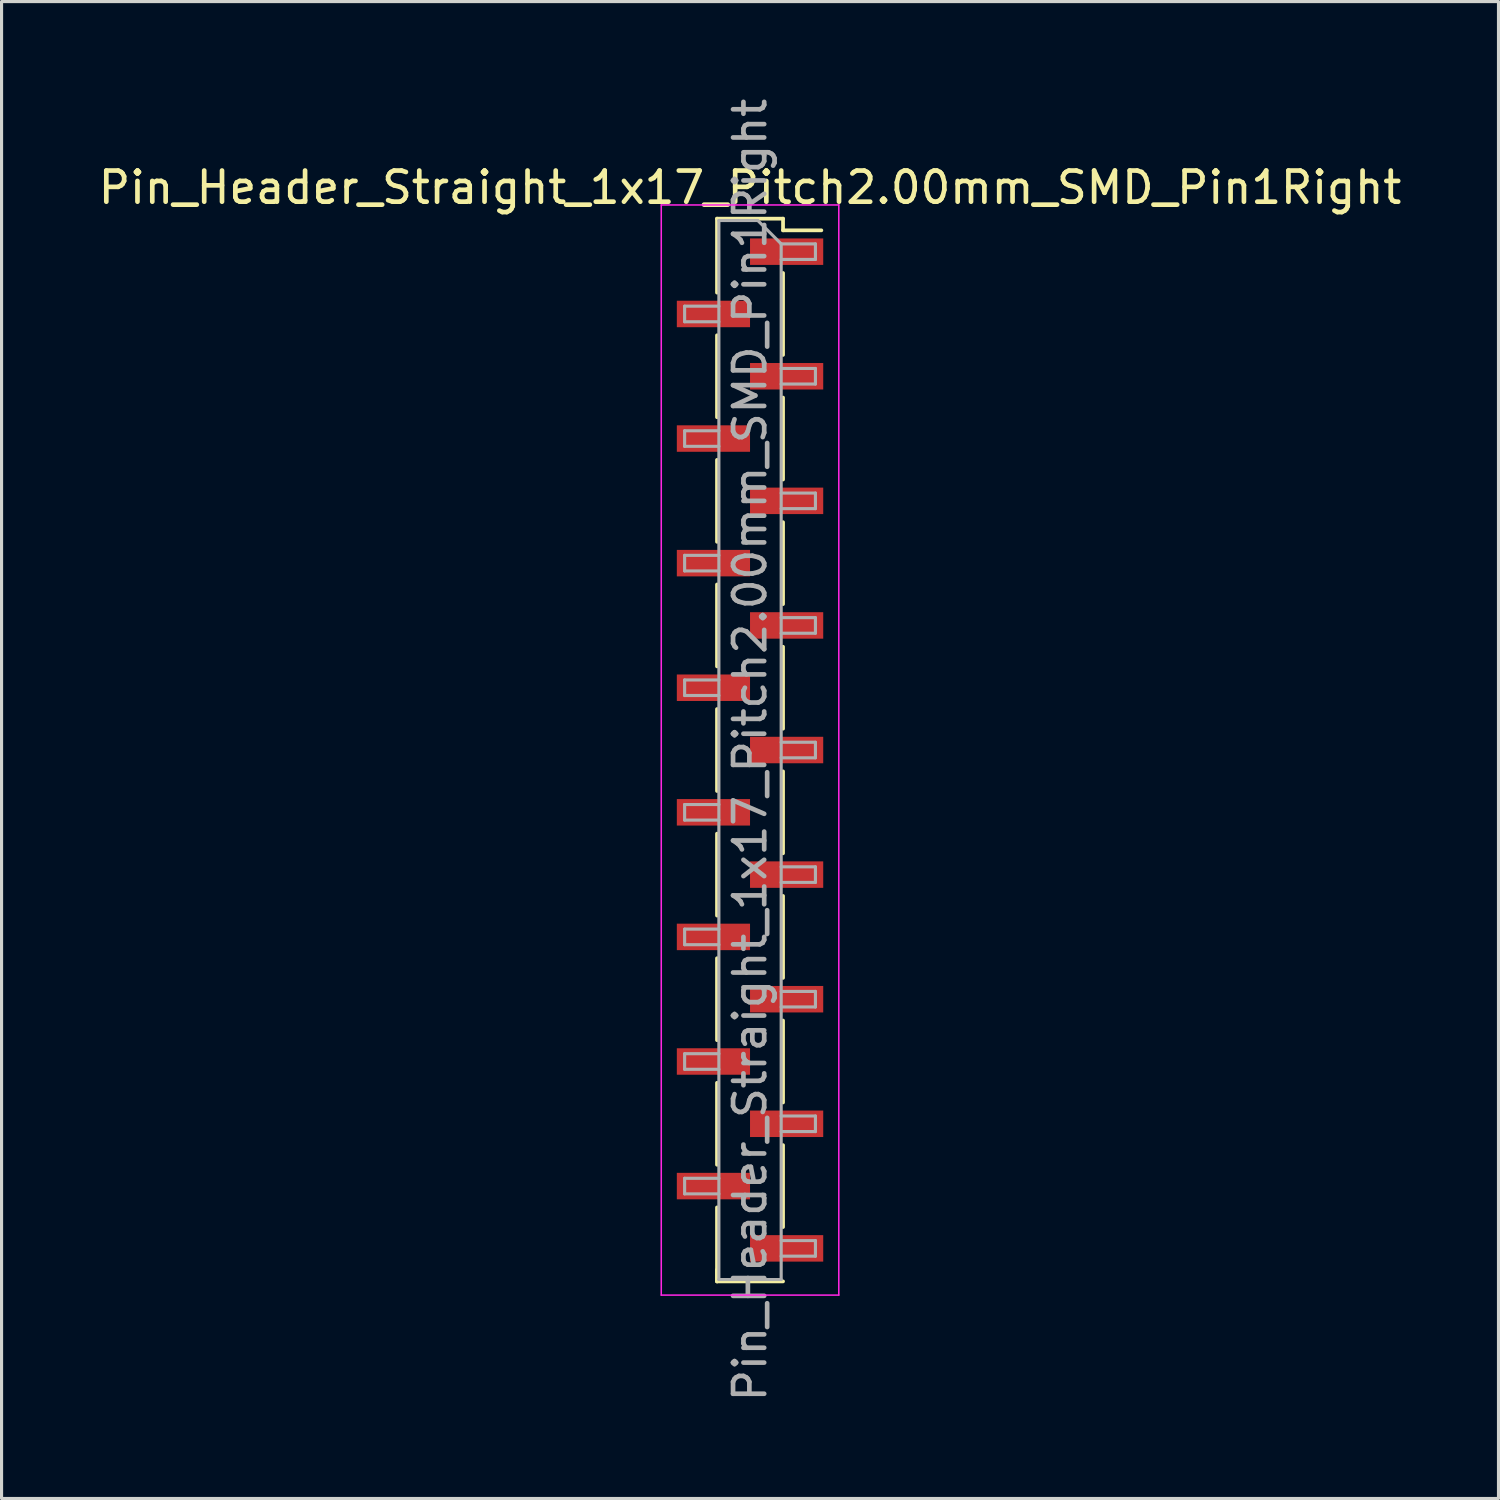
<source format=kicad_pcb>
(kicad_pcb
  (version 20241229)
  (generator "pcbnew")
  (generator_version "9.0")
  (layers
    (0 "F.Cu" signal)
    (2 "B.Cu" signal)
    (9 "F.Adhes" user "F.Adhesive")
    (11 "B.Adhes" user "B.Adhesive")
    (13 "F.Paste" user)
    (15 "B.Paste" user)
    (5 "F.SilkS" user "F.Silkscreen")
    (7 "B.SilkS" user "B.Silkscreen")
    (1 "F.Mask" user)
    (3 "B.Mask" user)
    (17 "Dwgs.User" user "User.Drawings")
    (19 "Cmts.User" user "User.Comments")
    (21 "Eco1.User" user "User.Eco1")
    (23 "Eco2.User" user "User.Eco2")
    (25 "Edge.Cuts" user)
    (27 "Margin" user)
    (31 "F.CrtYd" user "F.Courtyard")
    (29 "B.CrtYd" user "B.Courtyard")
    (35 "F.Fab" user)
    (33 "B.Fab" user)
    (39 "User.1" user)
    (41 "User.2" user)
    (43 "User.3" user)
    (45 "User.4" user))
  (footprint "Pin_Header_Straight_1x17_Pitch2.00mm_SMD_Pin1Right"
    (layer "F.Cu")
    (at 21.03 21.03)
    (property "Reference" "Pin_Header_Straight_1x17_Pitch2.00mm_SMD_Pin1Right" (at 0 -18.06 0) (layer "F.SilkS") (effects (font (size 1 1) (thickness 0.15))))
    (attr smd)
    (fp_line (start -1.06 -17.06) (end -1.06 -14.685) (stroke (width 0.12) (type solid)) (layer "F.SilkS"))
    (fp_line (start -1.06 -17.06) (end 1.06 -17.06) (stroke (width 0.12) (type solid)) (layer "F.SilkS"))
    (fp_line (start -1.06 -13.315) (end -1.06 -10.685) (stroke (width 0.12) (type solid)) (layer "F.SilkS"))
    (fp_line (start -1.06 -9.315) (end -1.06 -6.685) (stroke (width 0.12) (type solid)) (layer "F.SilkS"))
    (fp_line (start -1.06 -5.315) (end -1.06 -2.685) (stroke (width 0.12) (type solid)) (layer "F.SilkS"))
    (fp_line (start -1.06 -1.315) (end -1.06 1.315) (stroke (width 0.12) (type solid)) (layer "F.SilkS"))
    (fp_line (start -1.06 2.685) (end -1.06 5.315) (stroke (width 0.12) (type solid)) (layer "F.SilkS"))
    (fp_line (start -1.06 6.685) (end -1.06 9.315) (stroke (width 0.12) (type solid)) (layer "F.SilkS"))
    (fp_line (start -1.06 10.685) (end -1.06 13.315) (stroke (width 0.12) (type solid)) (layer "F.SilkS"))
    (fp_line (start -1.06 14.685) (end -1.06 17.06) (stroke (width 0.12) (type solid)) (layer "F.SilkS"))
    (fp_line (start -1.06 16.685) (end -1.06 17.06) (stroke (width 0.12) (type solid)) (layer "F.SilkS"))
    (fp_line (start -1.06 17.06) (end 1.06 17.06) (stroke (width 0.12) (type solid)) (layer "F.SilkS"))
    (fp_line (start 1.06 -17.06) (end 1.06 -16.685) (stroke (width 0.12) (type solid)) (layer "F.SilkS"))
    (fp_line (start 1.06 -16.685) (end 2.29 -16.685) (stroke (width 0.12) (type solid)) (layer "F.SilkS"))
    (fp_line (start 1.06 -15.315) (end 1.06 -12.685) (stroke (width 0.12) (type solid)) (layer "F.SilkS"))
    (fp_line (start 1.06 -11.315) (end 1.06 -8.685) (stroke (width 0.12) (type solid)) (layer "F.SilkS"))
    (fp_line (start 1.06 -7.315) (end 1.06 -4.685) (stroke (width 0.12) (type solid)) (layer "F.SilkS"))
    (fp_line (start 1.06 -3.315) (end 1.06 -0.685) (stroke (width 0.12) (type solid)) (layer "F.SilkS"))
    (fp_line (start 1.06 0.685) (end 1.06 3.315) (stroke (width 0.12) (type solid)) (layer "F.SilkS"))
    (fp_line (start 1.06 4.685) (end 1.06 7.315) (stroke (width 0.12) (type solid)) (layer "F.SilkS"))
    (fp_line (start 1.06 8.685) (end 1.06 11.315) (stroke (width 0.12) (type solid)) (layer "F.SilkS"))
    (fp_line (start 1.06 12.685) (end 1.06 15.315) (stroke (width 0.12) (type solid)) (layer "F.SilkS"))
    (fp_line (start -2.85 -17.5) (end -2.85 17.5) (stroke (width 0.05) (type solid)) (layer "F.CrtYd"))
    (fp_line (start -2.85 17.5) (end 2.85 17.5) (stroke (width 0.05) (type solid)) (layer "F.CrtYd"))
    (fp_line (start 2.85 -17.5) (end -2.85 -17.5) (stroke (width 0.05) (type solid)) (layer "F.CrtYd"))
    (fp_line (start 2.85 17.5) (end 2.85 -17.5) (stroke (width 0.05) (type solid)) (layer "F.CrtYd"))
    (fp_line (start -2.1 -14.25) (end -2.1 -13.75) (stroke (width 0.1) (type solid)) (layer "F.Fab"))
    (fp_line (start -2.1 -13.75) (end -1 -13.75) (stroke (width 0.1) (type solid)) (layer "F.Fab"))
    (fp_line (start -2.1 -10.25) (end -2.1 -9.75) (stroke (width 0.1) (type solid)) (layer "F.Fab"))
    (fp_line (start -2.1 -9.75) (end -1 -9.75) (stroke (width 0.1) (type solid)) (layer "F.Fab"))
    (fp_line (start -2.1 -6.25) (end -2.1 -5.75) (stroke (width 0.1) (type solid)) (layer "F.Fab"))
    (fp_line (start -2.1 -5.75) (end -1 -5.75) (stroke (width 0.1) (type solid)) (layer "F.Fab"))
    (fp_line (start -2.1 -2.25) (end -2.1 -1.75) (stroke (width 0.1) (type solid)) (layer "F.Fab"))
    (fp_line (start -2.1 -1.75) (end -1 -1.75) (stroke (width 0.1) (type solid)) (layer "F.Fab"))
    (fp_line (start -2.1 1.75) (end -2.1 2.25) (stroke (width 0.1) (type solid)) (layer "F.Fab"))
    (fp_line (start -2.1 2.25) (end -1 2.25) (stroke (width 0.1) (type solid)) (layer "F.Fab"))
    (fp_line (start -2.1 5.75) (end -2.1 6.25) (stroke (width 0.1) (type solid)) (layer "F.Fab"))
    (fp_line (start -2.1 6.25) (end -1 6.25) (stroke (width 0.1) (type solid)) (layer "F.Fab"))
    (fp_line (start -2.1 9.75) (end -2.1 10.25) (stroke (width 0.1) (type solid)) (layer "F.Fab"))
    (fp_line (start -2.1 10.25) (end -1 10.25) (stroke (width 0.1) (type solid)) (layer "F.Fab"))
    (fp_line (start -2.1 13.75) (end -2.1 14.25) (stroke (width 0.1) (type solid)) (layer "F.Fab"))
    (fp_line (start -2.1 14.25) (end -1 14.25) (stroke (width 0.1) (type solid)) (layer "F.Fab"))
    (fp_line (start -1 -17) (end -1 17) (stroke (width 0.1) (type solid)) (layer "F.Fab"))
    (fp_line (start -1 -17) (end 0.25 -17) (stroke (width 0.1) (type solid)) (layer "F.Fab"))
    (fp_line (start -1 -14.25) (end -2.1 -14.25) (stroke (width 0.1) (type solid)) (layer "F.Fab"))
    (fp_line (start -1 -10.25) (end -2.1 -10.25) (stroke (width 0.1) (type solid)) (layer "F.Fab"))
    (fp_line (start -1 -6.25) (end -2.1 -6.25) (stroke (width 0.1) (type solid)) (layer "F.Fab"))
    (fp_line (start -1 -2.25) (end -2.1 -2.25) (stroke (width 0.1) (type solid)) (layer "F.Fab"))
    (fp_line (start -1 1.75) (end -2.1 1.75) (stroke (width 0.1) (type solid)) (layer "F.Fab"))
    (fp_line (start -1 5.75) (end -2.1 5.75) (stroke (width 0.1) (type solid)) (layer "F.Fab"))
    (fp_line (start -1 9.75) (end -2.1 9.75) (stroke (width 0.1) (type solid)) (layer "F.Fab"))
    (fp_line (start -1 13.75) (end -2.1 13.75) (stroke (width 0.1) (type solid)) (layer "F.Fab"))
    (fp_line (start 1 -16.25) (end 0.25 -17) (stroke (width 0.1) (type solid)) (layer "F.Fab"))
    (fp_line (start 1 -16.25) (end 2.1 -16.25) (stroke (width 0.1) (type solid)) (layer "F.Fab"))
    (fp_line (start 1 -12.25) (end 2.1 -12.25) (stroke (width 0.1) (type solid)) (layer "F.Fab"))
    (fp_line (start 1 -8.25) (end 2.1 -8.25) (stroke (width 0.1) (type solid)) (layer "F.Fab"))
    (fp_line (start 1 -4.25) (end 2.1 -4.25) (stroke (width 0.1) (type solid)) (layer "F.Fab"))
    (fp_line (start 1 -0.25) (end 2.1 -0.25) (stroke (width 0.1) (type solid)) (layer "F.Fab"))
    (fp_line (start 1 3.75) (end 2.1 3.75) (stroke (width 0.1) (type solid)) (layer "F.Fab"))
    (fp_line (start 1 7.75) (end 2.1 7.75) (stroke (width 0.1) (type solid)) (layer "F.Fab"))
    (fp_line (start 1 11.75) (end 2.1 11.75) (stroke (width 0.1) (type solid)) (layer "F.Fab"))
    (fp_line (start 1 15.75) (end 2.1 15.75) (stroke (width 0.1) (type solid)) (layer "F.Fab"))
    (fp_line (start 1 17) (end -1 17) (stroke (width 0.1) (type solid)) (layer "F.Fab"))
    (fp_line (start 1 17) (end 1 -16.25) (stroke (width 0.1) (type solid)) (layer "F.Fab"))
    (fp_line (start 2.1 -16.25) (end 2.1 -15.75) (stroke (width 0.1) (type solid)) (layer "F.Fab"))
    (fp_line (start 2.1 -15.75) (end 1 -15.75) (stroke (width 0.1) (type solid)) (layer "F.Fab"))
    (fp_line (start 2.1 -12.25) (end 2.1 -11.75) (stroke (width 0.1) (type solid)) (layer "F.Fab"))
    (fp_line (start 2.1 -11.75) (end 1 -11.75) (stroke (width 0.1) (type solid)) (layer "F.Fab"))
    (fp_line (start 2.1 -8.25) (end 2.1 -7.75) (stroke (width 0.1) (type solid)) (layer "F.Fab"))
    (fp_line (start 2.1 -7.75) (end 1 -7.75) (stroke (width 0.1) (type solid)) (layer "F.Fab"))
    (fp_line (start 2.1 -4.25) (end 2.1 -3.75) (stroke (width 0.1) (type solid)) (layer "F.Fab"))
    (fp_line (start 2.1 -3.75) (end 1 -3.75) (stroke (width 0.1) (type solid)) (layer "F.Fab"))
    (fp_line (start 2.1 -0.25) (end 2.1 0.25) (stroke (width 0.1) (type solid)) (layer "F.Fab"))
    (fp_line (start 2.1 0.25) (end 1 0.25) (stroke (width 0.1) (type solid)) (layer "F.Fab"))
    (fp_line (start 2.1 3.75) (end 2.1 4.25) (stroke (width 0.1) (type solid)) (layer "F.Fab"))
    (fp_line (start 2.1 4.25) (end 1 4.25) (stroke (width 0.1) (type solid)) (layer "F.Fab"))
    (fp_line (start 2.1 7.75) (end 2.1 8.25) (stroke (width 0.1) (type solid)) (layer "F.Fab"))
    (fp_line (start 2.1 8.25) (end 1 8.25) (stroke (width 0.1) (type solid)) (layer "F.Fab"))
    (fp_line (start 2.1 11.75) (end 2.1 12.25) (stroke (width 0.1) (type solid)) (layer "F.Fab"))
    (fp_line (start 2.1 12.25) (end 1 12.25) (stroke (width 0.1) (type solid)) (layer "F.Fab"))
    (fp_line (start 2.1 15.75) (end 2.1 16.25) (stroke (width 0.1) (type solid)) (layer "F.Fab"))
    (fp_line (start 2.1 16.25) (end 1 16.25) (stroke (width 0.1) (type solid)) (layer "F.Fab"))
    (fp_text user "${REFERENCE}" (at 0 0 90) (layer "F.Fab") (effects (font (size 1 1) (thickness 0.15))))
    (pad "1" smd rect (at 1.175 -16) (size 2.35 0.85) (layers "F.Cu" "F.Mask" "F.Paste"))
    (pad "2" smd rect (at -1.175 -14) (size 2.35 0.85) (layers "F.Cu" "F.Mask" "F.Paste"))
    (pad "3" smd rect (at 1.175 -12) (size 2.35 0.85) (layers "F.Cu" "F.Mask" "F.Paste"))
    (pad "4" smd rect (at -1.175 -10) (size 2.35 0.85) (layers "F.Cu" "F.Mask" "F.Paste"))
    (pad "5" smd rect (at 1.175 -8) (size 2.35 0.85) (layers "F.Cu" "F.Mask" "F.Paste"))
    (pad "6" smd rect (at -1.175 -6) (size 2.35 0.85) (layers "F.Cu" "F.Mask" "F.Paste"))
    (pad "7" smd rect (at 1.175 -4) (size 2.35 0.85) (layers "F.Cu" "F.Mask" "F.Paste"))
    (pad "8" smd rect (at -1.175 -2) (size 2.35 0.85) (layers "F.Cu" "F.Mask" "F.Paste"))
    (pad "9" smd rect (at 1.175 0) (size 2.35 0.85) (layers "F.Cu" "F.Mask" "F.Paste"))
    (pad "10" smd rect (at -1.175 2) (size 2.35 0.85) (layers "F.Cu" "F.Mask" "F.Paste"))
    (pad "11" smd rect (at 1.175 4) (size 2.35 0.85) (layers "F.Cu" "F.Mask" "F.Paste"))
    (pad "12" smd rect (at -1.175 6) (size 2.35 0.85) (layers "F.Cu" "F.Mask" "F.Paste"))
    (pad "13" smd rect (at 1.175 8) (size 2.35 0.85) (layers "F.Cu" "F.Mask" "F.Paste"))
    (pad "14" smd rect (at -1.175 10) (size 2.35 0.85) (layers "F.Cu" "F.Mask" "F.Paste"))
    (pad "15" smd rect (at 1.175 12) (size 2.35 0.85) (layers "F.Cu" "F.Mask" "F.Paste"))
    (pad "16" smd rect (at -1.175 14) (size 2.35 0.85) (layers "F.Cu" "F.Mask" "F.Paste"))
    (pad "17" smd rect (at 1.175 16) (size 2.35 0.85) (layers "F.Cu" "F.Mask" "F.Paste")))
  (gr_rect
    (start -3 -3)
    (end 45.06 45.06)
    (stroke (width 0.1) (type default))
    (fill no)
    (layer "Edge.Cuts")))
</source>
